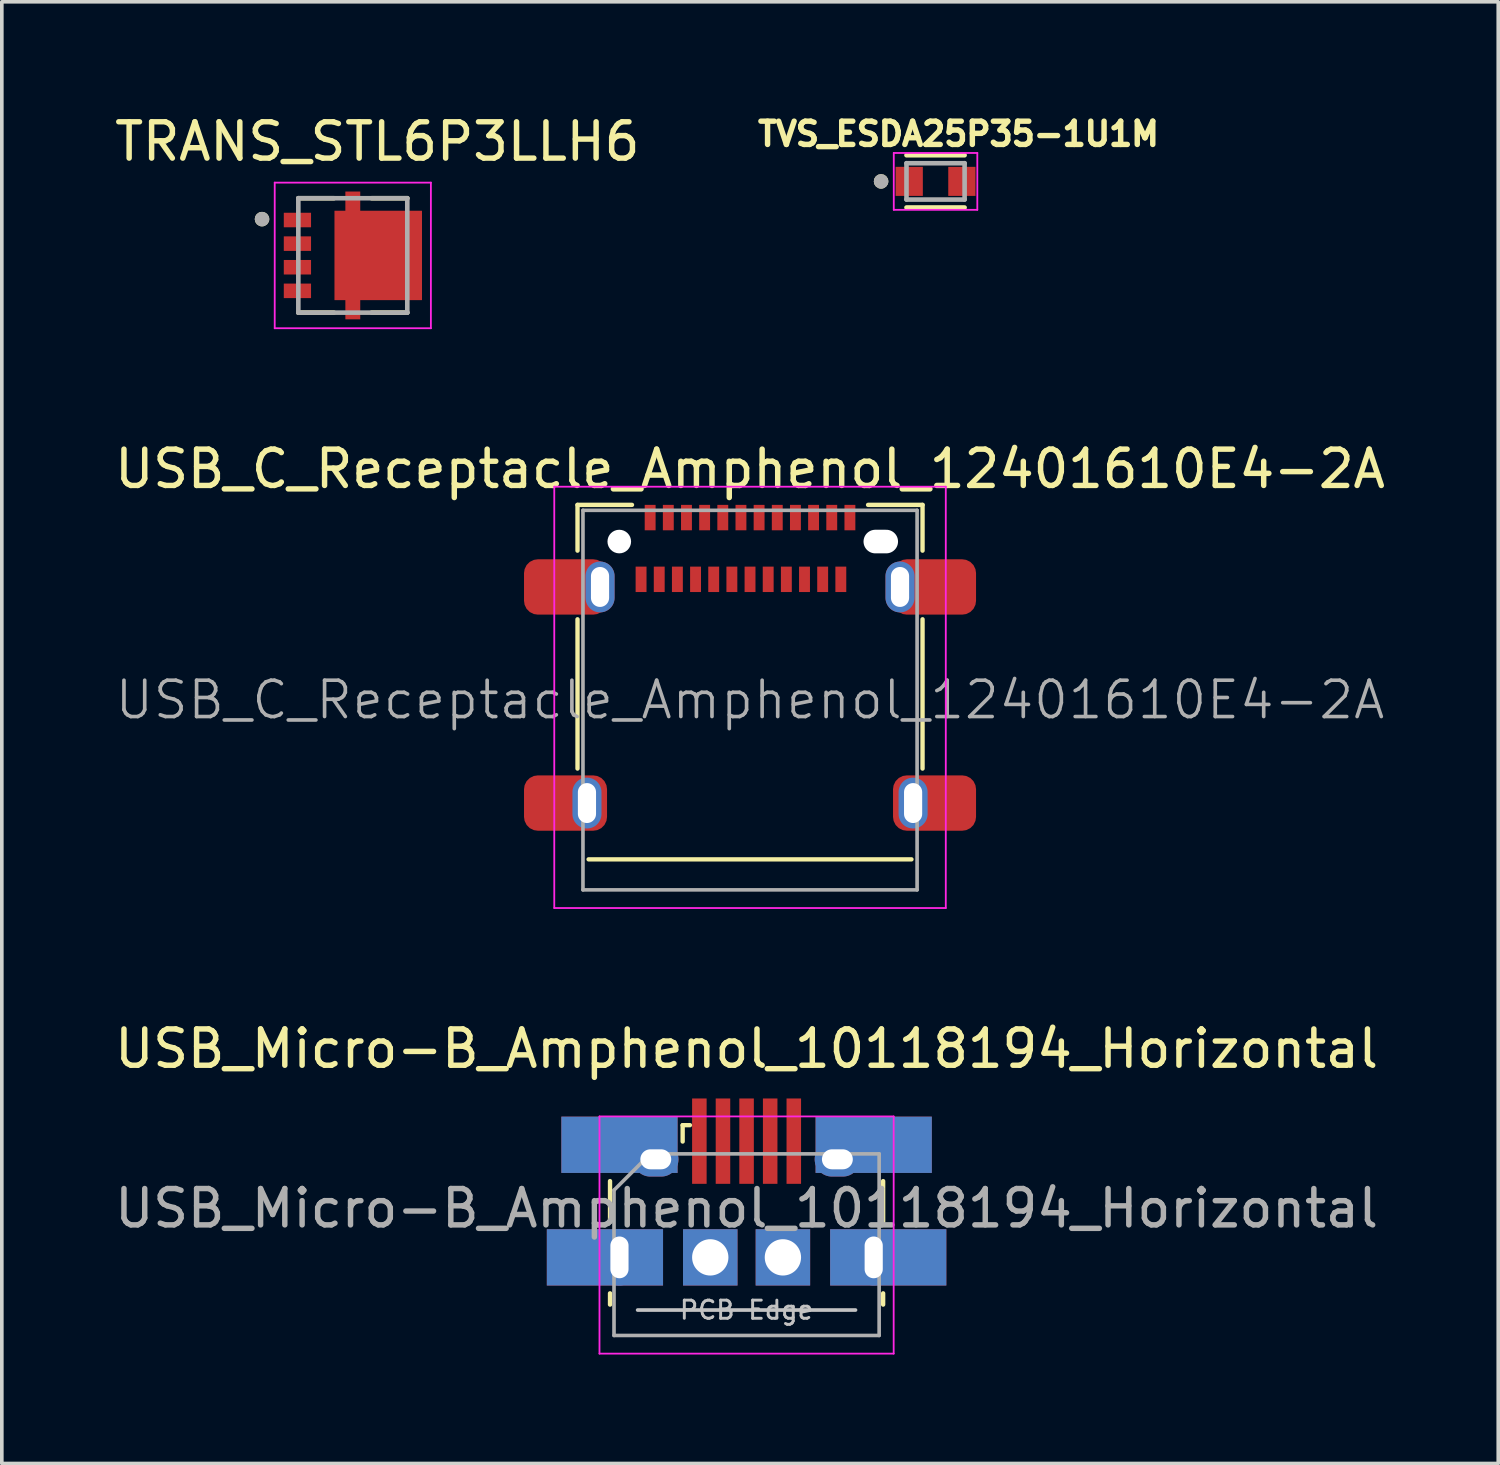
<source format=kicad_pcb>
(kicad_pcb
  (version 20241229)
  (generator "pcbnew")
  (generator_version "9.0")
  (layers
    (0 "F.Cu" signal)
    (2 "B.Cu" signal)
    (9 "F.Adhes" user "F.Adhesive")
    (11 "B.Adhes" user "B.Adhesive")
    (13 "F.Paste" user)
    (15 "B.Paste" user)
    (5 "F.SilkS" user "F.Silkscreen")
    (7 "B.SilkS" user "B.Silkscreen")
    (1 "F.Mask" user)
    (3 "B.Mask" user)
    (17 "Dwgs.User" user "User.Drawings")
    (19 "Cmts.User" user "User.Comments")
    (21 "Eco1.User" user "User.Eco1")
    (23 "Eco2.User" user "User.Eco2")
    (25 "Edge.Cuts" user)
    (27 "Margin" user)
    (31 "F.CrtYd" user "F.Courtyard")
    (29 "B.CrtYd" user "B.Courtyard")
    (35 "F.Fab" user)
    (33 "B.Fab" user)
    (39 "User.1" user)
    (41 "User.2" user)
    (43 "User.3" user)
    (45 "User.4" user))
  (footprint "USB_C_Receptacle_Amphenol_12401610E4-2A"
    (layer "F.Cu")
    (at 17.601 16.221)
    (property "Reference" "USB_C_Receptacle_Amphenol_12401610E4-2A" (at 0 -6.36 0) (layer "F.SilkS") (effects (font (size 1 1) (thickness 0.15))))
    (attr smd)
    (fp_line (start -4.75 -5.37) (end -4.75 -4.11) (stroke (width 0.12) (type solid)) (layer "F.SilkS"))
    (fp_line (start -4.75 -5.37) (end -3.25 -5.37) (stroke (width 0.12) (type solid)) (layer "F.SilkS"))
    (fp_line (start -4.75 -2.22) (end -4.75 1.89) (stroke (width 0.12) (type solid)) (layer "F.SilkS"))
    (fp_line (start 3.25 -5.37) (end 4.75 -5.37) (stroke (width 0.12) (type solid)) (layer "F.SilkS"))
    (fp_line (start 4.445 4.39) (end -4.445 4.39) (stroke (width 0.12) (type solid)) (layer "F.SilkS"))
    (fp_line (start 4.75 -5.37) (end 4.75 -4.11) (stroke (width 0.12) (type solid)) (layer "F.SilkS"))
    (fp_line (start 4.75 -2.22) (end 4.75 1.89) (stroke (width 0.12) (type solid)) (layer "F.SilkS"))
    (fp_line (start -5.39 -5.87) (end 5.39 -5.87) (stroke (width 0.05) (type solid)) (layer "F.CrtYd"))
    (fp_line (start -5.39 5.73) (end -5.39 -5.87) (stroke (width 0.05) (type solid)) (layer "F.CrtYd"))
    (fp_line (start 5.39 -5.87) (end 5.39 5.73) (stroke (width 0.05) (type solid)) (layer "F.CrtYd"))
    (fp_line (start 5.39 5.73) (end -5.39 5.73) (stroke (width 0.05) (type solid)) (layer "F.CrtYd"))
    (fp_line (start -4.6 -5.22) (end 4.6 -5.22) (stroke (width 0.1) (type solid)) (layer "F.Fab"))
    (fp_line (start -4.6 5.23) (end -4.6 -5.22) (stroke (width 0.1) (type solid)) (layer "F.Fab"))
    (fp_line (start -4.6 5.23) (end 4.6 5.23) (stroke (width 0.1) (type solid)) (layer "F.Fab"))
    (fp_line (start 4.6 5.23) (end 4.6 -5.22) (stroke (width 0.1) (type solid)) (layer "F.Fab"))
    (fp_text user "${REFERENCE}" (at 0 0 0) (layer "F.Fab") (effects (font (size 1 1) (thickness 0.1))))
    (pad "" np_thru_hole circle (at -3.6 -4.36) (size 0.65 0.65) (drill 0.65) (layers "*.Cu" "*.Mask"))
    (pad "" np_thru_hole oval (at 3.6 -4.36) (size 0.95 0.65) (drill oval 0.95 0.65) (layers "*.Cu" "*.Mask"))
    (pad "A1" smd rect (at -2.75 -5.02) (size 0.3 0.7) (layers "F.Cu" "F.Mask" "F.Paste"))
    (pad "A2" smd rect (at -2.25 -5.02) (size 0.3 0.7) (layers "F.Cu" "F.Mask" "F.Paste"))
    (pad "A3" smd rect (at -1.75 -5.02) (size 0.3 0.7) (layers "F.Cu" "F.Mask" "F.Paste"))
    (pad "A4" smd rect (at -1.25 -5.02) (size 0.3 0.7) (layers "F.Cu" "F.Mask" "F.Paste"))
    (pad "A5" smd rect (at -0.75 -5.02) (size 0.3 0.7) (layers "F.Cu" "F.Mask" "F.Paste"))
    (pad "A6" smd rect (at -0.25 -5.02) (size 0.3 0.7) (layers "F.Cu" "F.Mask" "F.Paste"))
    (pad "A7" smd rect (at 0.25 -5.02) (size 0.3 0.7) (layers "F.Cu" "F.Mask" "F.Paste"))
    (pad "A8" smd rect (at 0.75 -5.02) (size 0.3 0.7) (layers "F.Cu" "F.Mask" "F.Paste"))
    (pad "A9" smd rect (at 1.25 -5.02) (size 0.3 0.7) (layers "F.Cu" "F.Mask" "F.Paste"))
    (pad "A10" smd rect (at 1.75 -5.02) (size 0.3 0.7) (layers "F.Cu" "F.Mask" "F.Paste"))
    (pad "A11" smd rect (at 2.25 -5.02) (size 0.3 0.7) (layers "F.Cu" "F.Mask" "F.Paste"))
    (pad "A12" smd rect (at 2.75 -5.02) (size 0.3 0.7) (layers "F.Cu" "F.Mask" "F.Paste"))
    (pad "B1" smd rect (at 2.5 -3.32) (size 0.3 0.7) (layers "F.Cu" "F.Mask" "F.Paste"))
    (pad "B2" smd rect (at 2 -3.32) (size 0.3 0.7) (layers "F.Cu" "F.Mask" "F.Paste"))
    (pad "B3" smd rect (at 1.5 -3.32) (size 0.3 0.7) (layers "F.Cu" "F.Mask" "F.Paste"))
    (pad "B4" smd rect (at 1 -3.32) (size 0.3 0.7) (layers "F.Cu" "F.Mask" "F.Paste"))
    (pad "B5" smd rect (at 0.5 -3.32) (size 0.3 0.7) (layers "F.Cu" "F.Mask" "F.Paste"))
    (pad "B6" smd rect (at 0 -3.32) (size 0.3 0.7) (layers "F.Cu" "F.Mask" "F.Paste"))
    (pad "B7" smd rect (at -0.5 -3.32) (size 0.3 0.7) (layers "F.Cu" "F.Mask" "F.Paste"))
    (pad "B8" smd rect (at -1 -3.32) (size 0.3 0.7) (layers "F.Cu" "F.Mask" "F.Paste"))
    (pad "B9" smd rect (at -1.5 -3.32) (size 0.3 0.7) (layers "F.Cu" "F.Mask" "F.Paste"))
    (pad "B10" smd rect (at -2 -3.32) (size 0.3 0.7) (layers "F.Cu" "F.Mask" "F.Paste"))
    (pad "B11" smd rect (at -2.5 -3.32) (size 0.3 0.7) (layers "F.Cu" "F.Mask" "F.Paste"))
    (pad "B12" smd rect (at -3 -3.32) (size 0.3 0.7) (layers "F.Cu" "F.Mask" "F.Paste"))
    (pad "S1" smd roundrect (at -5.08 -3.11) (size 2.286 1.524) (layers "F.Cu" "F.Mask" "F.Paste") (roundrect_rratio 0.25))
    (pad "S1" smd roundrect (at -5.08 2.84) (size 2.286 1.524) (layers "F.Cu" "F.Mask" "F.Paste") (roundrect_rratio 0.25))
    (pad "S1" thru_hole oval (at -4.49 2.84) (size 0.8 1.4) (drill oval 0.5 1.1) (layers "*.Cu" "*.Mask"))
    (pad "S1" thru_hole oval (at -4.13 -3.11) (size 0.8 1.4) (drill oval 0.5 1.1) (layers "*.Cu" "*.Mask"))
    (pad "S1" thru_hole oval (at 4.13 -3.11) (size 0.8 1.4) (drill oval 0.5 1.1) (layers "*.Cu" "*.Mask"))
    (pad "S1" thru_hole oval (at 4.49 2.84) (size 0.8 1.4) (drill oval 0.5 1.1) (layers "*.Cu" "*.Mask"))
    (pad "S1" smd roundrect (at 5.08 -3.11) (size 2.286 1.524) (layers "F.Cu" "F.Mask" "F.Paste") (roundrect_rratio 0.25))
    (pad "S1" smd roundrect (at 5.08 2.84) (size 2.286 1.524) (layers "F.Cu" "F.Mask" "F.Paste") (roundrect_rratio 0.25)))
  (footprint "USB_Micro-B_Amphenol_10118194_Horizontal"
    (layer "F.Cu")
    (at 17.506 30.27)
    (property "Reference" "USB_Micro-B_Amphenol_10118194_Horizontal" (at 0 -4.445 0) (layer "F.SilkS") (effects (font (size 1 1) (thickness 0.15))))
    (attr smd)
    (fp_line (start -3.76 0.32) (end -3.76 -0.8) (stroke (width 0.12) (type solid)) (layer "F.SilkS"))
    (fp_line (start -3.76 2.6) (end -3.76 2.29) (stroke (width 0.12) (type solid)) (layer "F.SilkS"))
    (fp_line (start -1.76 -1.89) (end -1.76 -2.34) (stroke (width 0.12) (type solid)) (layer "F.SilkS"))
    (fp_line (start -1.56 -2.34) (end -1.76 -2.34) (stroke (width 0.12) (type solid)) (layer "F.SilkS"))
    (fp_line (start 3.76 0.32) (end 3.76 -0.8) (stroke (width 0.12) (type solid)) (layer "F.SilkS"))
    (fp_line (start 3.76 2.29) (end 3.76 2.6) (stroke (width 0.12) (type solid)) (layer "F.SilkS"))
    (fp_line (start 3 2.75) (end -3 2.75) (stroke (width 0.1) (type solid)) (layer "Dwgs.User"))
    (fp_line (start -4.05 -2.58) (end -4.05 3.95) (stroke (width 0.05) (type solid)) (layer "F.CrtYd"))
    (fp_line (start -4.05 -2.58) (end 4.05 -2.58) (stroke (width 0.05) (type solid)) (layer "F.CrtYd"))
    (fp_line (start -4.05 3.95) (end 4.05 3.95) (stroke (width 0.05) (type solid)) (layer "F.CrtYd"))
    (fp_line (start 4.05 -2.58) (end 4.05 3.95) (stroke (width 0.05) (type solid)) (layer "F.CrtYd"))
    (fp_line (start -3.65 -0.55) (end -2.65 -1.55) (stroke (width 0.1) (type solid)) (layer "F.Fab"))
    (fp_line (start -3.65 3.45) (end -3.65 -0.55) (stroke (width 0.1) (type solid)) (layer "F.Fab"))
    (fp_line (start -2.65 -1.55) (end 3.65 -1.55) (stroke (width 0.1) (type solid)) (layer "F.Fab"))
    (fp_line (start 3.65 -1.55) (end 3.65 3.45) (stroke (width 0.1) (type solid)) (layer "F.Fab"))
    (fp_line (start 3.65 3.45) (end -3.65 3.45) (stroke (width 0.1) (type solid)) (layer "F.Fab"))
    (fp_text user "PCB Edge" (at 0 2.75 0) (layer "Dwgs.User") (effects (font (size 0.5 0.5) (thickness 0.08))))
    (fp_text user "${REFERENCE}" (at 0 -0.05 0) (layer "F.Fab") (effects (font (size 1 1) (thickness 0.15))))
    (pad "" smd oval (at -3.5 1.3) (size 0.89 1.55) (layers "F.Paste"))
    (pad "" smd oval (at -2.5 -1.4) (size 1.25 0.95) (layers "F.Paste"))
    (pad "" smd oval (at 2.5 -1.4) (size 1.25 0.95) (layers "F.Paste"))
    (pad "" smd oval (at 3.5 1.3) (size 0.89 1.55) (layers "F.Paste"))
    (pad "1" smd rect (at -1.3 -1.9) (size 0.4 2.35) (layers "F.Cu" "F.Mask" "F.Paste"))
    (pad "2" smd rect (at -0.65 -1.9) (size 0.4 2.35) (layers "F.Cu" "F.Mask" "F.Paste"))
    (pad "3" smd rect (at 0 -1.9) (size 0.4 2.35) (layers "F.Cu" "F.Mask" "F.Paste"))
    (pad "4" smd rect (at 0.65 -1.9) (size 0.4 2.35) (layers "F.Cu" "F.Mask" "F.Paste"))
    (pad "5" smd rect (at 1.3 -1.9) (size 0.4 2.35) (layers "F.Cu" "F.Mask" "F.Paste"))
    (pad "6" smd rect (at -3.9 1.3) (size 3.2 1.55) (layers "F.Cu" "F.Mask" "F.Paste"))
    (pad "6" smd rect (at -3.9 1.3) (size 3.2 1.55) (layers "B.Cu" "B.Mask" "B.Paste"))
    (pad "6" smd rect (at -3.5 -1.8) (size 3.2 1.55) (layers "F.Cu" "F.Mask" "F.Paste"))
    (pad "6" smd rect (at -3.5 -1.8) (size 3.2 1.55) (layers "B.Cu" "B.Mask" "B.Paste"))
    (pad "6" thru_hole oval (at -3.5 1.3) (size 0.89 1.55) (drill oval 0.5 1.15) (layers "*.Cu" "*.Mask"))
    (pad "6" thru_hole oval (at -2.5 -1.4) (size 1.25 0.95) (drill oval 0.85 0.55) (layers "*.Cu" "*.Mask"))
    (pad "6" thru_hole rect (at -1 1.3) (size 1.5 1.55) (drill 1) (layers "*.Cu" "*.Mask"))
    (pad "6" thru_hole rect (at 1 1.3) (size 1.5 1.55) (drill 1) (layers "*.Cu" "*.Mask"))
    (pad "6" thru_hole oval (at 2.5 -1.4) (size 1.25 0.95) (drill oval 0.85 0.55) (layers "*.Cu" "*.Mask"))
    (pad "6" smd rect (at 3.5 -1.8) (size 3.2 1.55) (layers "F.Cu" "F.Mask" "F.Paste"))
    (pad "6" smd rect (at 3.5 -1.8) (size 3.2 1.55) (layers "B.Cu" "B.Mask" "B.Paste"))
    (pad "6" thru_hole oval (at 3.5 1.3) (size 0.89 1.55) (drill oval 0.5 1.15) (layers "*.Cu" "*.Mask"))
    (pad "6" smd rect (at 3.9 1.3) (size 3.2 1.55) (layers "F.Cu" "F.Mask" "F.Paste"))
    (pad "6" smd rect (at 3.9 1.3) (size 3.2 1.55) (layers "B.Cu" "B.Mask" "B.Paste")))
  (footprint "TRANS_STL6P3LLH6"
    (layer "F.Cu")
    (at 6.664 3.983)
    (property "Reference" "TRANS_STL6P3LLH6" (at 0.675 -3.135 0) (layer "F.SilkS") (effects (font (size 1 1) (thickness 0.15))))
    (attr smd)
    (fp_poly (pts (xy -0.6 -1.325) (xy -0.6 1.325) (xy -0.3 1.325) (xy -0.3 1.855) (xy 0.3 1.855) (xy 0.3 1.325) (xy 2 1.325) (xy 2 -1.325) (xy 0.3 -1.325) (xy 0.3 -1.855) (xy -0.3 -1.855) (xy -0.3 -1.325)) (stroke (width 0.01) (type solid)) (fill yes) (layer "F.Mask"))
    (fp_line (start -0.52 -1.575) (end -1.5 -1.575) (stroke (width 0.127) (type solid)) (layer "F.SilkS"))
    (fp_line (start -0.52 1.575) (end -1.5 1.575) (stroke (width 0.127) (type solid)) (layer "F.SilkS"))
    (fp_line (start 1.5 -1.575) (end 0.52 -1.575) (stroke (width 0.127) (type solid)) (layer "F.SilkS"))
    (fp_line (start 1.5 1.575) (end 0.52 1.575) (stroke (width 0.127) (type solid)) (layer "F.SilkS"))
    (fp_circle (center -2.5 -1) (end -2.4 -1) (stroke (width 0.2) (type solid)) (fill no) (layer "F.SilkS"))
    (fp_poly (pts (xy -0.2 -1.755) (xy 0.2 -1.755) (xy 0.2 -1.23) (xy -0.2 -1.23)) (stroke (width 0.01) (type solid)) (fill yes) (layer "F.Paste"))
    (fp_poly (pts (xy -0.2 1.23) (xy 0.2 1.23) (xy 0.2 1.755) (xy -0.2 1.755)) (stroke (width 0.01) (type solid)) (fill yes) (layer "F.Paste"))
    (fp_poly (pts (xy -0.06 -0.775) (xy 1.46 -0.775) (xy 1.46 0.775) (xy -0.06 0.775)) (stroke (width 0.01) (type solid)) (fill yes) (layer "F.Paste"))
    (fp_line (start -2.15 -2.005) (end 2.15 -2.005) (stroke (width 0.05) (type solid)) (layer "F.CrtYd"))
    (fp_line (start -2.15 2.005) (end -2.15 -2.005) (stroke (width 0.05) (type solid)) (layer "F.CrtYd"))
    (fp_line (start 2.15 -2.005) (end 2.15 2.005) (stroke (width 0.05) (type solid)) (layer "F.CrtYd"))
    (fp_line (start 2.15 2.005) (end -2.15 2.005) (stroke (width 0.05) (type solid)) (layer "F.CrtYd"))
    (fp_line (start -1.5 -1.575) (end 1.5 -1.575) (stroke (width 0.127) (type solid)) (layer "F.Fab"))
    (fp_line (start -1.5 1.575) (end -1.5 -1.575) (stroke (width 0.127) (type solid)) (layer "F.Fab"))
    (fp_line (start 1.5 -1.575) (end 1.5 1.575) (stroke (width 0.127) (type solid)) (layer "F.Fab"))
    (fp_line (start 1.5 1.575) (end -1.5 1.575) (stroke (width 0.127) (type solid)) (layer "F.Fab"))
    (fp_circle (center -2.5 -1) (end -2.4 -1) (stroke (width 0.2) (type solid)) (fill no) (layer "F.Fab"))
    (pad "1" smd rect (at -1.525 -0.975) (size 0.75 0.4) (layers "F.Cu" "F.Mask" "F.Paste"))
    (pad "2" smd rect (at -1.525 -0.325) (size 0.75 0.4) (layers "F.Cu" "F.Mask" "F.Paste"))
    (pad "3" smd rect (at -1.525 0.325) (size 0.75 0.4) (layers "F.Cu" "F.Mask" "F.Paste"))
    (pad "4" smd rect (at -1.525 0.975) (size 0.75 0.4) (layers "F.Cu" "F.Mask" "F.Paste"))
    (pad "5_8" smd custom (at 0.7 0) (size 2.4 2.45) (layers "F.Cu") (options (anchor rect)) (primitives (gr_poly (pts (xy -0.5 -1.225) (xy 1.2 -1.225) (xy 1.2 1.225) (xy -0.5 1.225) (xy -0.5 1.755) (xy -0.9 1.755) (xy -0.9 1.225) (xy -1.2 1.225) (xy -1.2 -1.225) (xy -0.9 -1.225) (xy -0.9 -1.755) (xy -0.5 -1.755)) (width 0.01) (fill yes)))))
  (footprint "TVS_ESDA25P35-1U1M"
    (layer "F.Cu")
    (at 22.709 1.944)
    (property "Reference" "TVS_ESDA25P35-1U1M" (at 0.632 -1.306 0) (layer "F.SilkS") (effects (font (size 0.64 0.64) (thickness 0.15))))
    (attr smd)
    (fp_line (start -0.8 -0.72) (end 0.8 -0.72) (stroke (width 0.127) (type solid)) (layer "F.SilkS"))
    (fp_line (start -0.8 0.72) (end 0.8 0.72) (stroke (width 0.127) (type solid)) (layer "F.SilkS"))
    (fp_circle (center -1.5 0) (end -1.4 0) (stroke (width 0.2) (type solid)) (fill no) (layer "F.SilkS"))
    (fp_poly (pts (xy -0.885 -0.38) (xy -0.365 -0.38) (xy -0.365 0.38) (xy -0.885 0.38)) (stroke (width 0.01) (type solid)) (fill yes) (layer "F.Paste"))
    (fp_poly (pts (xy 0.365 -0.38) (xy 0.885 -0.38) (xy 0.885 0.38) (xy 0.365 0.38)) (stroke (width 0.01) (type solid)) (fill yes) (layer "F.Paste"))
    (fp_line (start -1.15 -0.783) (end -1.15 0.783) (stroke (width 0.05) (type solid)) (layer "F.CrtYd"))
    (fp_line (start -1.15 0.783) (end 1.15 0.783) (stroke (width 0.05) (type solid)) (layer "F.CrtYd"))
    (fp_line (start 1.15 -0.783) (end -1.15 -0.783) (stroke (width 0.05) (type solid)) (layer "F.CrtYd"))
    (fp_line (start 1.15 0.783) (end 1.15 -0.783) (stroke (width 0.05) (type solid)) (layer "F.CrtYd"))
    (fp_line (start -0.8 -0.5) (end 0.8 -0.5) (stroke (width 0.127) (type solid)) (layer "F.Fab"))
    (fp_line (start -0.8 0.5) (end -0.8 -0.5) (stroke (width 0.127) (type solid)) (layer "F.Fab"))
    (fp_line (start 0.8 -0.5) (end 0.8 0.5) (stroke (width 0.127) (type solid)) (layer "F.Fab"))
    (fp_line (start 0.8 0.5) (end -0.8 0.5) (stroke (width 0.127) (type solid)) (layer "F.Fab"))
    (fp_circle (center -1.5 0) (end -1.4 0) (stroke (width 0.2) (type solid)) (fill no) (layer "F.Fab"))
    (pad "A" smd rect (at 0.725 0) (size 0.75 0.8) (layers "F.Cu" "F.Mask"))
    (pad "C" smd rect (at -0.725 0) (size 0.75 0.8) (layers "F.Cu" "F.Mask")))
  (gr_rect
    (start -3 -3)
    (end 38.202 37.245)
    (stroke (width 0.1) (type default))
    (fill no)
    (layer "Edge.Cuts")))
</source>
